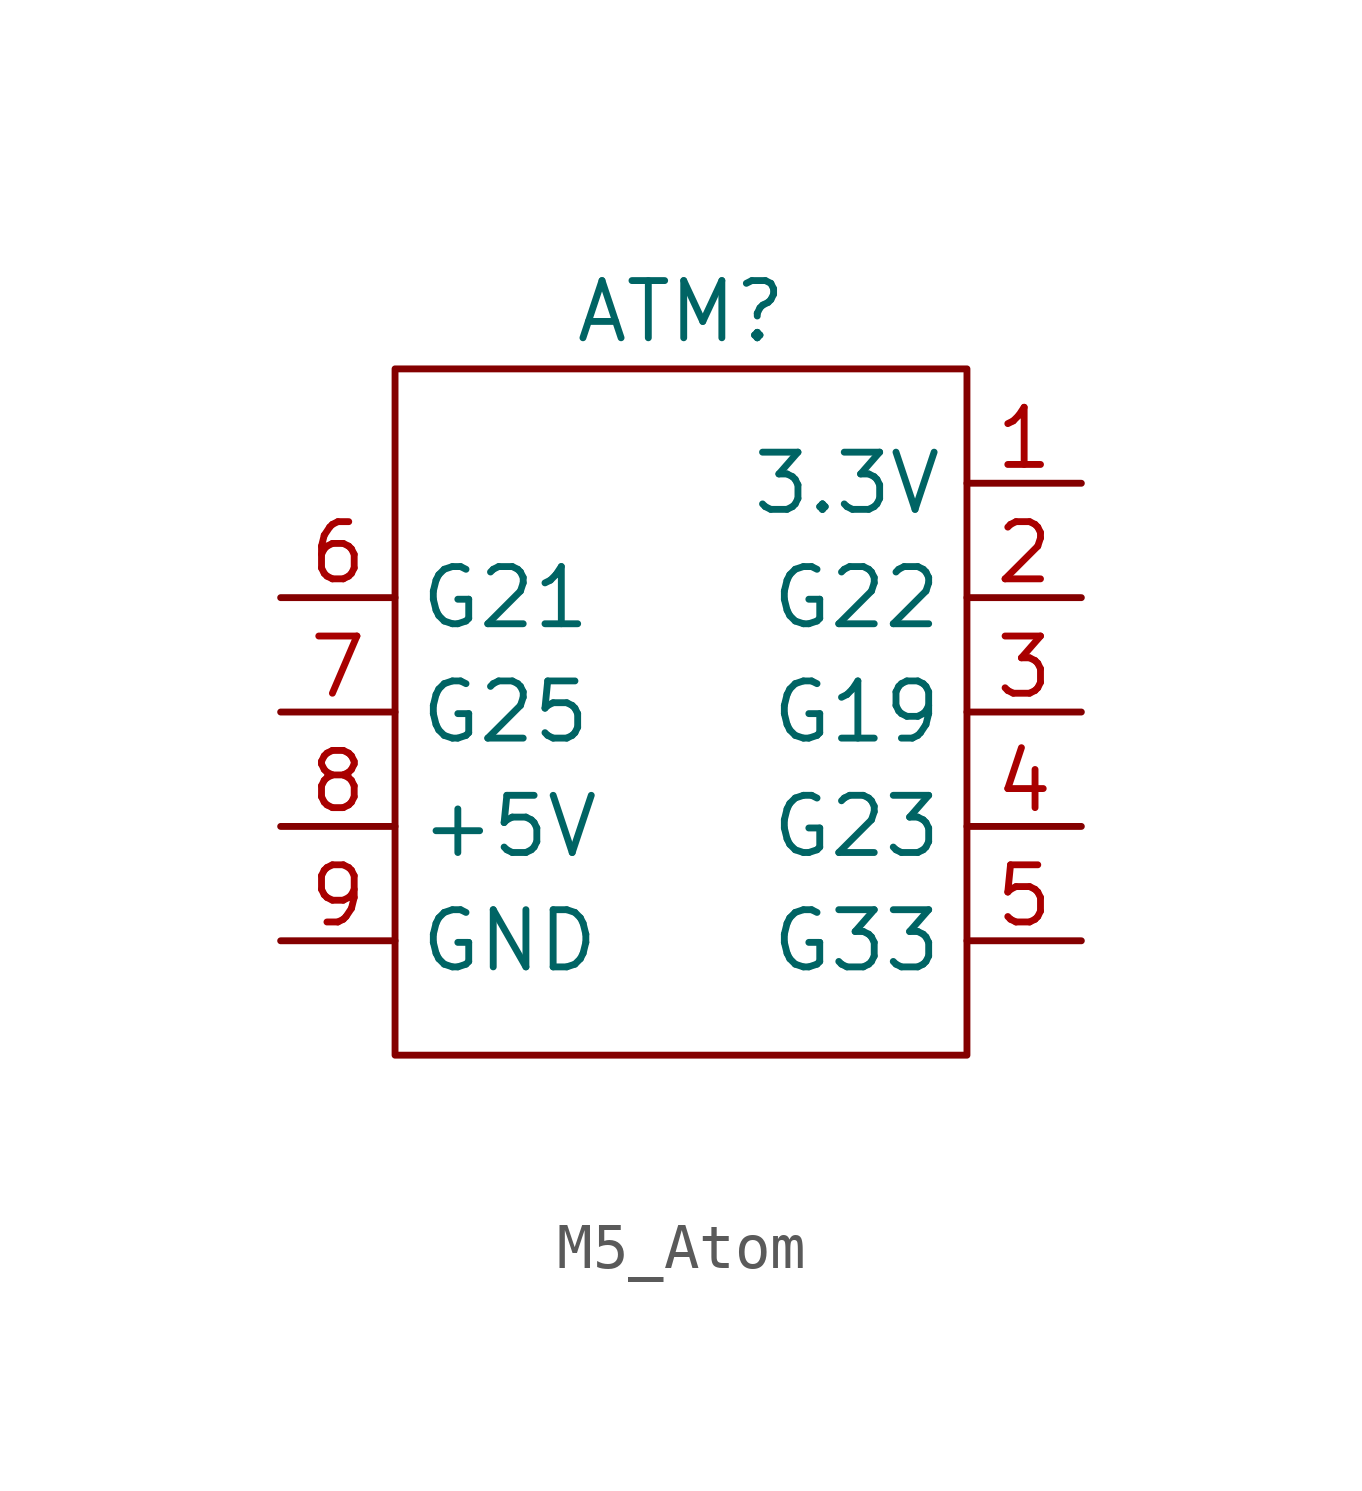
<source format=kicad_sym>
(kicad_symbol_lib
  (version 20231120)
  (generator "kicad_symbol_editor")
  (generator_version "8.0")
  (symbol "M5_Atom"
    (property "Reference" "ATM"
      (at 0 8.89 0)
      (effects (font (size 1.27 1.27))))
    (property "Value" ""
      (at 0 -8.89 0)
      (effects (font (size 1.27 1.27))))
    (symbol "M5_Atom_0_1"
      (rectangle (start -6.35 7.62) (end 6.35 -7.62) (stroke (width 0) (type default)) (fill (type none))))
    (symbol "M5_Atom_1_1"
      (pin power_in line (at 8.89 5.08 180) (length 2.54) (name "3.3V" (effects (font (size 1.27 1.27)))) (number "1" (effects (font (size 1.27 1.27)))))
      (pin bidirectional line (at 8.89 2.54 180) (length 2.54) (name "G22" (effects (font (size 1.27 1.27)))) (number "2" (effects (font (size 1.27 1.27)))))
      (pin bidirectional line (at 8.89 0 180) (length 2.54) (name "G19" (effects (font (size 1.27 1.27)))) (number "3" (effects (font (size 1.27 1.27)))))
      (pin bidirectional line (at 8.89 -2.54 180) (length 2.54) (name "G23" (effects (font (size 1.27 1.27)))) (number "4" (effects (font (size 1.27 1.27)))))
      (pin bidirectional line (at 8.89 -5.08 180) (length 2.54) (name "G33" (effects (font (size 1.27 1.27)))) (number "5" (effects (font (size 1.27 1.27)))))
      (pin bidirectional line (at -8.89 2.54 0) (length 2.54) (name "G21" (effects (font (size 1.27 1.27)))) (number "6" (effects (font (size 1.27 1.27)))))
      (pin bidirectional line (at -8.89 0 0) (length 2.54) (name "G25" (effects (font (size 1.27 1.27)))) (number "7" (effects (font (size 1.27 1.27)))))
      (pin power_in line (at -8.89 -2.54 0) (length 2.54) (name "+5V" (effects (font (size 1.27 1.27)))) (number "8" (effects (font (size 1.27 1.27)))))
      (pin power_in line (at -8.89 -5.08 0) (length 2.54) (name "GND" (effects (font (size 1.27 1.27)))) (number "9" (effects (font (size 1.27 1.27))))))))
</source>
